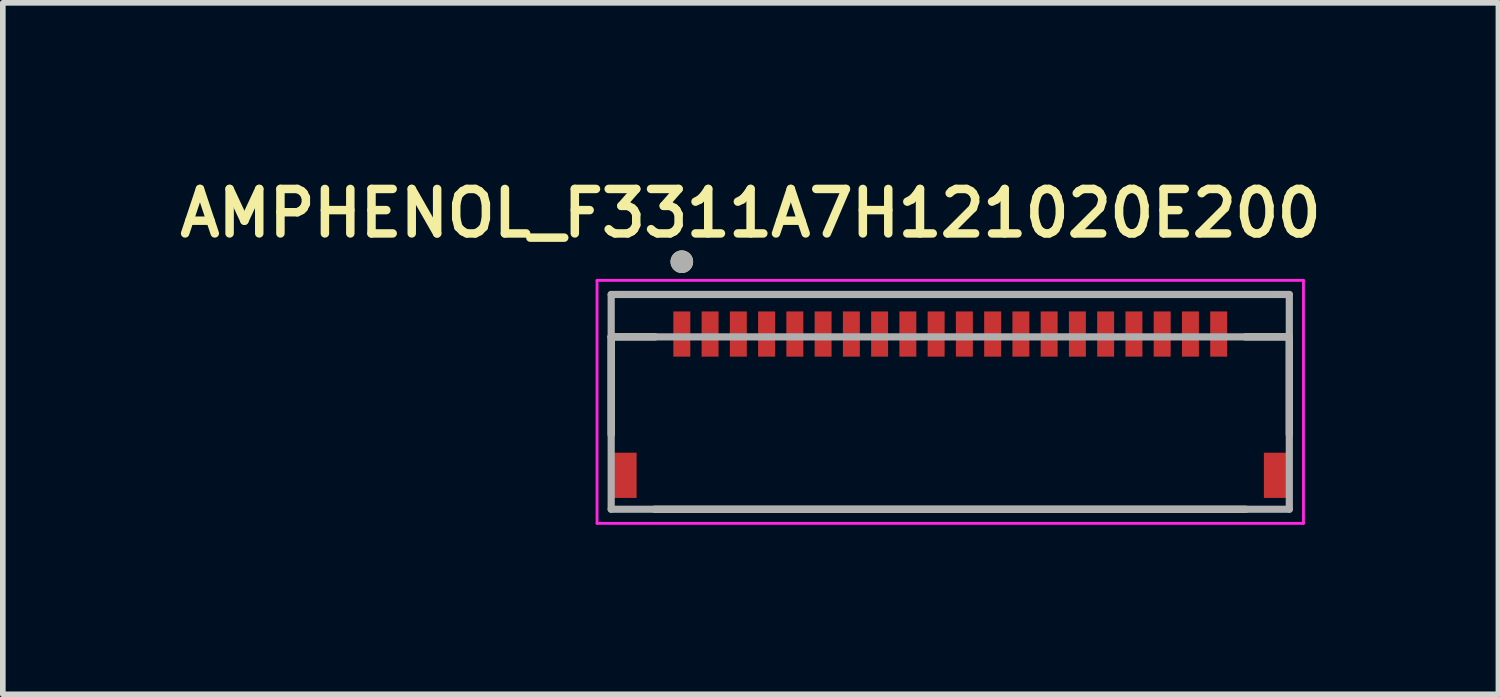
<source format=kicad_pcb>
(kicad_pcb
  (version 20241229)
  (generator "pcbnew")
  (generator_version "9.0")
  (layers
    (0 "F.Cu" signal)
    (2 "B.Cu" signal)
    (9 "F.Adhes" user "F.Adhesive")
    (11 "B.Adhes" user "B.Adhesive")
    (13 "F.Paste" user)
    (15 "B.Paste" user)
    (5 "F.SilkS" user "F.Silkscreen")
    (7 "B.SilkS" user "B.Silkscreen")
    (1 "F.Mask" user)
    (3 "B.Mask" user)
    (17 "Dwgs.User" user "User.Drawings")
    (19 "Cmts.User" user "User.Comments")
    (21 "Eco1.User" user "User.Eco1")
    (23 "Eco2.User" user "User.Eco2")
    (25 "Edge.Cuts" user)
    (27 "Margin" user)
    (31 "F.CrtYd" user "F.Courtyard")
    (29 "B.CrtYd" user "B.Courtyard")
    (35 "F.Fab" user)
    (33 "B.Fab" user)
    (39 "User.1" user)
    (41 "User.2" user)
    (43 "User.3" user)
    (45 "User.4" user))
  (footprint "AMPHENOL_F3311A7H121020E200"
    (layer "F.Cu")
    (at 13.765 4.436)
    (property "Reference" "AMPHENOL_F3311A7H121020E200" (at -3.533 -3.712 0) (layer "F.SilkS") (effects (font (size 0.787 0.787) (thickness 0.15))))
    (attr smd)
    (fp_poly (pts (xy -4.95 -2.025) (xy -4.55 -2.025) (xy -4.55 -1.125) (xy -4.95 -1.125)) (stroke (width 0.01) (type solid)) (fill yes) (layer "F.Mask"))
    (fp_poly (pts (xy -4.45 -2.025) (xy -4.05 -2.025) (xy -4.05 -1.125) (xy -4.45 -1.125)) (stroke (width 0.01) (type solid)) (fill yes) (layer "F.Mask"))
    (fp_poly (pts (xy -3.95 -2.025) (xy -3.55 -2.025) (xy -3.55 -1.125) (xy -3.95 -1.125)) (stroke (width 0.01) (type solid)) (fill yes) (layer "F.Mask"))
    (fp_poly (pts (xy -3.45 -2.025) (xy -3.05 -2.025) (xy -3.05 -1.125) (xy -3.45 -1.125)) (stroke (width 0.01) (type solid)) (fill yes) (layer "F.Mask"))
    (fp_poly (pts (xy -2.95 -2.025) (xy -2.55 -2.025) (xy -2.55 -1.125) (xy -2.95 -1.125)) (stroke (width 0.01) (type solid)) (fill yes) (layer "F.Mask"))
    (fp_poly (pts (xy -2.45 -2.025) (xy -2.05 -2.025) (xy -2.05 -1.125) (xy -2.45 -1.125)) (stroke (width 0.01) (type solid)) (fill yes) (layer "F.Mask"))
    (fp_poly (pts (xy -1.95 -2.025) (xy -1.55 -2.025) (xy -1.55 -1.125) (xy -1.95 -1.125)) (stroke (width 0.01) (type solid)) (fill yes) (layer "F.Mask"))
    (fp_poly (pts (xy -1.45 -2.025) (xy -1.05 -2.025) (xy -1.05 -1.125) (xy -1.45 -1.125)) (stroke (width 0.01) (type solid)) (fill yes) (layer "F.Mask"))
    (fp_poly (pts (xy -0.95 -2.025) (xy -0.55 -2.025) (xy -0.55 -1.125) (xy -0.95 -1.125)) (stroke (width 0.01) (type solid)) (fill yes) (layer "F.Mask"))
    (fp_poly (pts (xy -0.45 -2.025) (xy -0.05 -2.025) (xy -0.05 -1.125) (xy -0.45 -1.125)) (stroke (width 0.01) (type solid)) (fill yes) (layer "F.Mask"))
    (fp_poly (pts (xy 0.05 -2.025) (xy 0.45 -2.025) (xy 0.45 -1.125) (xy 0.05 -1.125)) (stroke (width 0.01) (type solid)) (fill yes) (layer "F.Mask"))
    (fp_poly (pts (xy 0.55 -2.025) (xy 0.95 -2.025) (xy 0.95 -1.125) (xy 0.55 -1.125)) (stroke (width 0.01) (type solid)) (fill yes) (layer "F.Mask"))
    (fp_poly (pts (xy 1.05 -2.025) (xy 1.45 -2.025) (xy 1.45 -1.125) (xy 1.05 -1.125)) (stroke (width 0.01) (type solid)) (fill yes) (layer "F.Mask"))
    (fp_poly (pts (xy 1.55 -2.025) (xy 1.95 -2.025) (xy 1.95 -1.125) (xy 1.55 -1.125)) (stroke (width 0.01) (type solid)) (fill yes) (layer "F.Mask"))
    (fp_poly (pts (xy 2.05 -2.025) (xy 2.45 -2.025) (xy 2.45 -1.125) (xy 2.05 -1.125)) (stroke (width 0.01) (type solid)) (fill yes) (layer "F.Mask"))
    (fp_poly (pts (xy 2.55 -2.025) (xy 2.95 -2.025) (xy 2.95 -1.125) (xy 2.55 -1.125)) (stroke (width 0.01) (type solid)) (fill yes) (layer "F.Mask"))
    (fp_poly (pts (xy 3.05 -2.025) (xy 3.45 -2.025) (xy 3.45 -1.125) (xy 3.05 -1.125)) (stroke (width 0.01) (type solid)) (fill yes) (layer "F.Mask"))
    (fp_poly (pts (xy 3.55 -2.025) (xy 3.95 -2.025) (xy 3.95 -1.125) (xy 3.55 -1.125)) (stroke (width 0.01) (type solid)) (fill yes) (layer "F.Mask"))
    (fp_poly (pts (xy 4.05 -2.025) (xy 4.45 -2.025) (xy 4.45 -1.125) (xy 4.05 -1.125)) (stroke (width 0.01) (type solid)) (fill yes) (layer "F.Mask"))
    (fp_poly (pts (xy 4.55 -2.025) (xy 4.95 -2.025) (xy 4.95 -1.125) (xy 4.55 -1.125)) (stroke (width 0.01) (type solid)) (fill yes) (layer "F.Mask"))
    (fp_line (start -6 -1.525) (end -6 0.205) (stroke (width 0.127) (type solid)) (layer "F.SilkS"))
    (fp_line (start -6 -1.525) (end -5.22 -1.525) (stroke (width 0.127) (type solid)) (layer "F.SilkS"))
    (fp_line (start -5.23 1.525) (end 5.23 1.525) (stroke (width 0.127) (type solid)) (layer "F.SilkS"))
    (fp_line (start 5.22 -1.525) (end 6 -1.525) (stroke (width 0.127) (type solid)) (layer "F.SilkS"))
    (fp_line (start 6 0.205) (end 6 -1.525) (stroke (width 0.127) (type solid)) (layer "F.SilkS"))
    (fp_circle (center -4.75 -2.855) (end -4.65 -2.855) (stroke (width 0.2) (type solid)) (fill no) (layer "F.SilkS"))
    (fp_line (start -6.25 -2.525) (end -6.25 1.775) (stroke (width 0.05) (type solid)) (layer "F.CrtYd"))
    (fp_line (start -6.25 1.775) (end 6.25 1.775) (stroke (width 0.05) (type solid)) (layer "F.CrtYd"))
    (fp_line (start 6.25 -2.525) (end -6.25 -2.525) (stroke (width 0.05) (type solid)) (layer "F.CrtYd"))
    (fp_line (start 6.25 1.775) (end 6.25 -2.525) (stroke (width 0.05) (type solid)) (layer "F.CrtYd"))
    (fp_line (start -6 -2.275) (end 6 -2.275) (stroke (width 0.127) (type solid)) (layer "F.Fab"))
    (fp_line (start -6 -1.525) (end -6 -2.275) (stroke (width 0.127) (type solid)) (layer "F.Fab"))
    (fp_line (start -6 -1.525) (end -6 1.525) (stroke (width 0.127) (type solid)) (layer "F.Fab"))
    (fp_line (start -6 1.525) (end 6 1.525) (stroke (width 0.127) (type solid)) (layer "F.Fab"))
    (fp_line (start 6 -2.275) (end 6 -1.525) (stroke (width 0.127) (type solid)) (layer "F.Fab"))
    (fp_line (start 6 -1.525) (end -6 -1.525) (stroke (width 0.127) (type solid)) (layer "F.Fab"))
    (fp_line (start 6 1.525) (end 6 -1.525) (stroke (width 0.127) (type solid)) (layer "F.Fab"))
    (fp_circle (center -4.75 -2.855) (end -4.65 -2.855) (stroke (width 0.2) (type solid)) (fill no) (layer "F.Fab"))
    (pad "1" smd rect (at -4.75 -1.575) (size 0.3 0.8) (layers "F.Cu" "F.Paste"))
    (pad "2" smd rect (at -4.25 -1.575) (size 0.3 0.8) (layers "F.Cu" "F.Paste"))
    (pad "3" smd rect (at -3.75 -1.575) (size 0.3 0.8) (layers "F.Cu" "F.Paste"))
    (pad "4" smd rect (at -3.25 -1.575) (size 0.3 0.8) (layers "F.Cu" "F.Paste"))
    (pad "5" smd rect (at -2.75 -1.575) (size 0.3 0.8) (layers "F.Cu" "F.Paste"))
    (pad "6" smd rect (at -2.25 -1.575) (size 0.3 0.8) (layers "F.Cu" "F.Paste"))
    (pad "7" smd rect (at -1.75 -1.575) (size 0.3 0.8) (layers "F.Cu" "F.Paste"))
    (pad "8" smd rect (at -1.25 -1.575) (size 0.3 0.8) (layers "F.Cu" "F.Paste"))
    (pad "9" smd rect (at -0.75 -1.575) (size 0.3 0.8) (layers "F.Cu" "F.Paste"))
    (pad "10" smd rect (at -0.25 -1.575) (size 0.3 0.8) (layers "F.Cu" "F.Paste"))
    (pad "11" smd rect (at 0.25 -1.575) (size 0.3 0.8) (layers "F.Cu" "F.Paste"))
    (pad "12" smd rect (at 0.75 -1.575) (size 0.3 0.8) (layers "F.Cu" "F.Paste"))
    (pad "13" smd rect (at 1.25 -1.575) (size 0.3 0.8) (layers "F.Cu" "F.Paste"))
    (pad "14" smd rect (at 1.75 -1.575) (size 0.3 0.8) (layers "F.Cu" "F.Paste"))
    (pad "15" smd rect (at 2.25 -1.575) (size 0.3 0.8) (layers "F.Cu" "F.Paste"))
    (pad "16" smd rect (at 2.75 -1.575) (size 0.3 0.8) (layers "F.Cu" "F.Paste"))
    (pad "17" smd rect (at 3.25 -1.575) (size 0.3 0.8) (layers "F.Cu" "F.Paste"))
    (pad "18" smd rect (at 3.75 -1.575) (size 0.3 0.8) (layers "F.Cu" "F.Paste"))
    (pad "19" smd rect (at 4.25 -1.575) (size 0.3 0.8) (layers "F.Cu" "F.Paste"))
    (pad "20" smd rect (at 4.75 -1.575) (size 0.3 0.8) (layers "F.Cu" "F.Paste"))
    (pad "SH1" smd rect (at -5.75 0.925) (size 0.4 0.8) (layers "F.Cu" "F.Mask" "F.Paste"))
    (pad "SH2" smd rect (at 5.75 0.925) (size 0.4 0.8) (layers "F.Cu" "F.Mask" "F.Paste")))
  (gr_rect
    (start -3 -3)
    (end 23.465 9.236)
    (stroke (width 0.1) (type default))
    (fill no)
    (layer "Edge.Cuts")))
</source>
